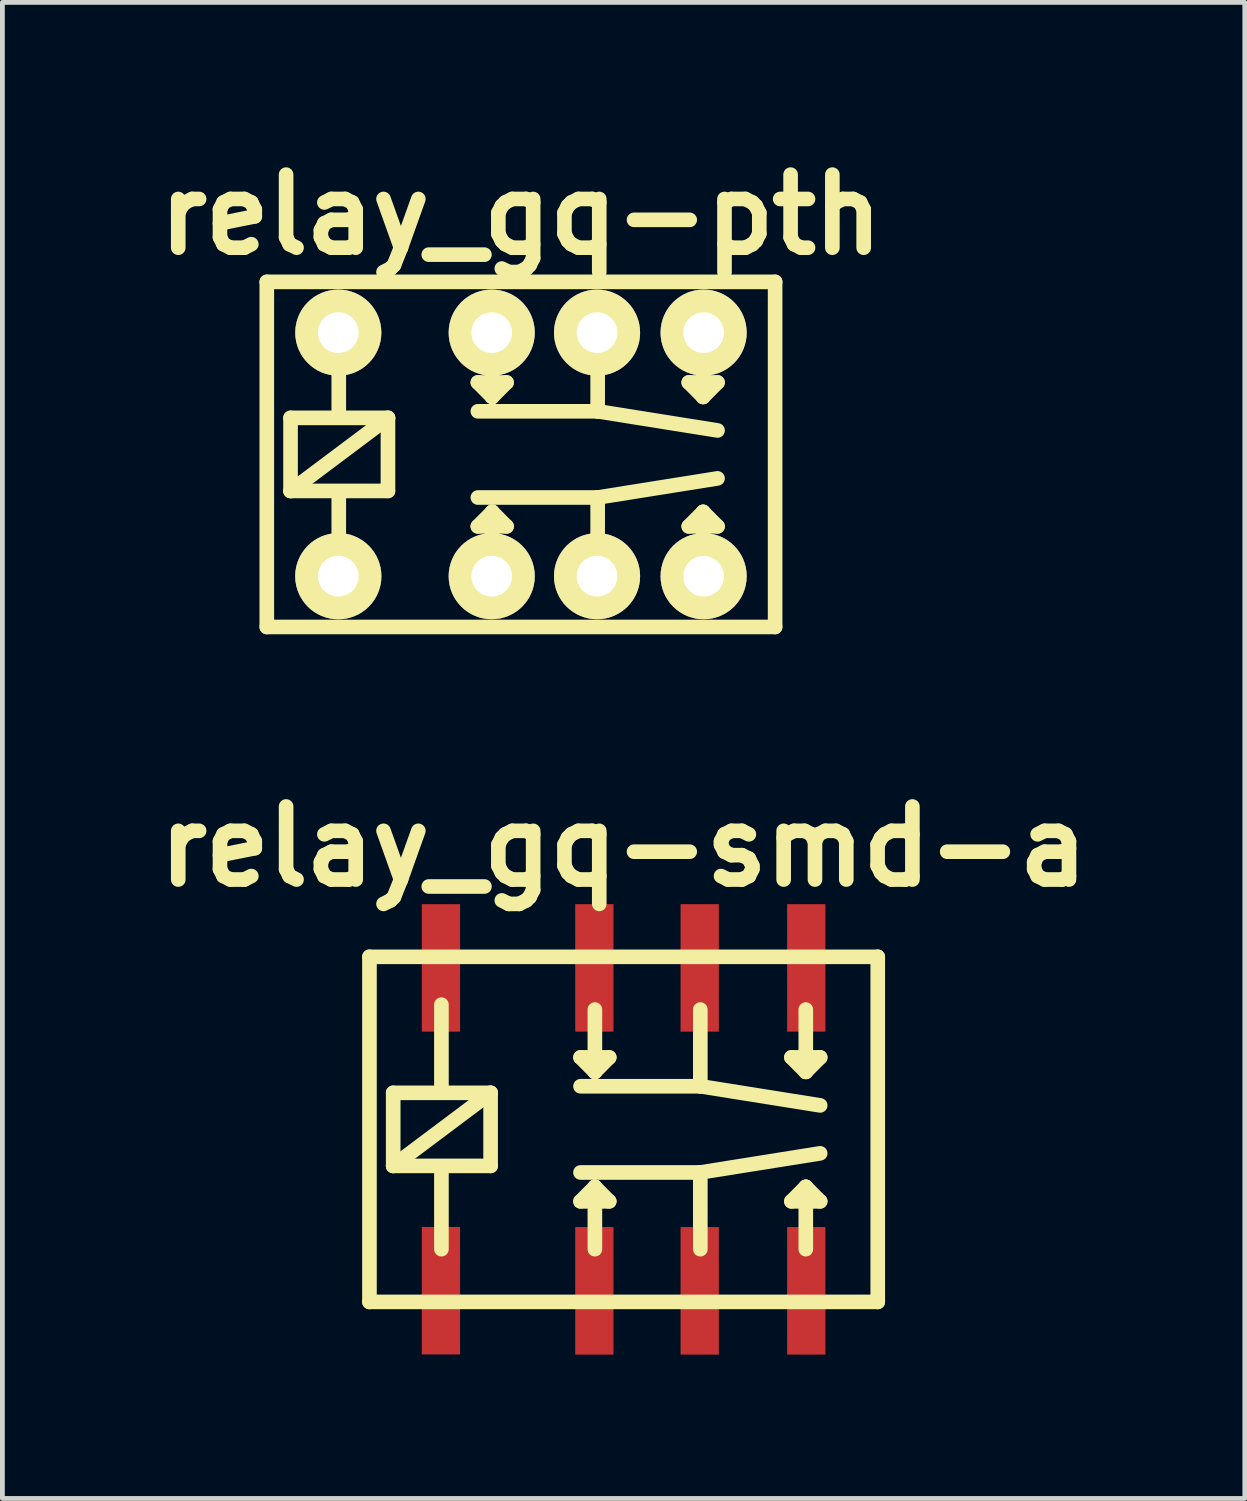
<source format=kicad_pcb>
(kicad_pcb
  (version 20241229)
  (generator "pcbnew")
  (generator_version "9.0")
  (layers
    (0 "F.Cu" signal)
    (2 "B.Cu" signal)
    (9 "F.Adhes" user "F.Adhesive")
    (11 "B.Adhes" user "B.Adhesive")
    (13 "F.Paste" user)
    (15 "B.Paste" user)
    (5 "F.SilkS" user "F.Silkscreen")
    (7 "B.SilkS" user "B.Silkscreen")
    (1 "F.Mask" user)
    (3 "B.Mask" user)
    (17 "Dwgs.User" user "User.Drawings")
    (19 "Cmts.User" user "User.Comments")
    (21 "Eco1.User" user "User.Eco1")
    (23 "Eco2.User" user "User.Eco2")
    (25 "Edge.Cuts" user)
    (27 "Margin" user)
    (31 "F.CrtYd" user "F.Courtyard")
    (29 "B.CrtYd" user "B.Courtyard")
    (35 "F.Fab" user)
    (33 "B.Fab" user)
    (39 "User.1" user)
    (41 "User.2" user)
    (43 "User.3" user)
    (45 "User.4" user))
  (footprint "relay_gq-smd-a"
    (layer "F.Cu")
    (at 9.957 20.506)
    (property "Reference" "relay_gq-smd-a" (at 0 -5.9 0) (layer "F.SilkS") (effects (font (size 1.524 1.524) (thickness 0.305))))
    (attr through_hole)
    (fp_line (start -5.301 -3.599) (end 5.301 -3.599) (stroke (width 0.305) (type solid)) (layer "F.SilkS"))
    (fp_line (start -5.301 3.599) (end -5.301 -3.599) (stroke (width 0.305) (type solid)) (layer "F.SilkS"))
    (fp_line (start -4.806 -0.762) (end -2.774 -0.762) (stroke (width 0.305) (type solid)) (layer "F.SilkS"))
    (fp_line (start -4.806 0.762) (end -4.806 -0.762) (stroke (width 0.305) (type solid)) (layer "F.SilkS"))
    (fp_line (start -4.806 0.762) (end -2.774 -0.762) (stroke (width 0.305) (type solid)) (layer "F.SilkS"))
    (fp_line (start -3.8 -2.601) (end -3.8 -0.8) (stroke (width 0.305) (type solid)) (layer "F.SilkS"))
    (fp_line (start -3.8 2.499) (end -3.8 0.8) (stroke (width 0.305) (type solid)) (layer "F.SilkS"))
    (fp_line (start -2.774 -0.762) (end -2.774 0.762) (stroke (width 0.305) (type solid)) (layer "F.SilkS"))
    (fp_line (start -2.774 0.762) (end -4.806 0.762) (stroke (width 0.305) (type solid)) (layer "F.SilkS"))
    (fp_line (start -0.899 0.899) (end 1.6 0.899) (stroke (width 0.305) (type solid)) (layer "F.SilkS"))
    (fp_line (start -0.899 1.501) (end -0.3 1.501) (stroke (width 0.305) (type solid)) (layer "F.SilkS"))
    (fp_line (start -0.599 -2.499) (end -0.599 -1.199) (stroke (width 0.305) (type solid)) (layer "F.SilkS"))
    (fp_line (start -0.599 -1.199) (end -0.899 -1.501) (stroke (width 0.305) (type solid)) (layer "F.SilkS"))
    (fp_line (start -0.599 -1.199) (end -0.3 -1.501) (stroke (width 0.305) (type solid)) (layer "F.SilkS"))
    (fp_line (start -0.599 1.199) (end -0.899 1.501) (stroke (width 0.305) (type solid)) (layer "F.SilkS"))
    (fp_line (start -0.599 2.499) (end -0.599 1.199) (stroke (width 0.305) (type solid)) (layer "F.SilkS"))
    (fp_line (start -0.3 -1.501) (end -0.899 -1.501) (stroke (width 0.305) (type solid)) (layer "F.SilkS"))
    (fp_line (start -0.3 1.501) (end -0.599 1.199) (stroke (width 0.305) (type solid)) (layer "F.SilkS"))
    (fp_line (start 1.6 -2.499) (end 1.6 -0.899) (stroke (width 0.305) (type solid)) (layer "F.SilkS"))
    (fp_line (start 1.6 -0.899) (end -0.899 -0.899) (stroke (width 0.305) (type solid)) (layer "F.SilkS"))
    (fp_line (start 1.6 -0.899) (end 4.1 -0.5) (stroke (width 0.305) (type solid)) (layer "F.SilkS"))
    (fp_line (start 1.6 0.899) (end 1.6 2.499) (stroke (width 0.305) (type solid)) (layer "F.SilkS"))
    (fp_line (start 1.6 0.899) (end 4.1 0.5) (stroke (width 0.305) (type solid)) (layer "F.SilkS"))
    (fp_line (start 3.5 1.501) (end 4.1 1.501) (stroke (width 0.305) (type solid)) (layer "F.SilkS"))
    (fp_line (start 3.8 -2.499) (end 3.8 -1.199) (stroke (width 0.305) (type solid)) (layer "F.SilkS"))
    (fp_line (start 3.8 -1.199) (end 3.5 -1.501) (stroke (width 0.305) (type solid)) (layer "F.SilkS"))
    (fp_line (start 3.8 -1.199) (end 4.1 -1.501) (stroke (width 0.305) (type solid)) (layer "F.SilkS"))
    (fp_line (start 3.8 1.199) (end 3.5 1.501) (stroke (width 0.305) (type solid)) (layer "F.SilkS"))
    (fp_line (start 3.8 2.499) (end 3.8 1.199) (stroke (width 0.305) (type solid)) (layer "F.SilkS"))
    (fp_line (start 4.1 -1.501) (end 3.5 -1.501) (stroke (width 0.305) (type solid)) (layer "F.SilkS"))
    (fp_line (start 4.1 1.501) (end 3.8 1.199) (stroke (width 0.305) (type solid)) (layer "F.SilkS"))
    (fp_line (start 5.301 -3.599) (end 5.301 3.599) (stroke (width 0.305) (type solid)) (layer "F.SilkS"))
    (fp_line (start 5.301 3.599) (end -5.301 3.599) (stroke (width 0.305) (type solid)) (layer "F.SilkS"))
    (pad "1" smd rect (at -3.81 3.365) (size 0.798 2.659) (layers "F.Cu" "F.Mask" "F.Paste"))
    (pad "2" smd rect (at -0.61 3.368) (size 0.798 2.659) (layers "F.Cu" "F.Mask" "F.Paste"))
    (pad "3" smd rect (at 1.587 3.368) (size 0.798 2.659) (layers "F.Cu" "F.Mask" "F.Paste"))
    (pad "4" smd rect (at 3.81 3.368) (size 0.798 2.659) (layers "F.Cu" "F.Mask" "F.Paste"))
    (pad "5" smd rect (at 3.81 -3.368) (size 0.798 2.659) (layers "F.Cu" "F.Mask" "F.Paste"))
    (pad "6" smd rect (at 1.587 -3.368) (size 0.798 2.659) (layers "F.Cu" "F.Mask" "F.Paste"))
    (pad "7" smd rect (at -0.61 -3.368) (size 0.798 2.659) (layers "F.Cu" "F.Mask" "F.Paste"))
    (pad "8" smd rect (at -3.81 -3.368) (size 0.798 2.659) (layers "F.Cu" "F.Mask" "F.Paste")))
  (footprint "relay_gq-pth"
    (layer "F.Cu")
    (at 7.816 6.428)
    (property "Reference" "relay_gq-pth" (at 0 -5.001 0) (layer "F.SilkS") (effects (font (size 1.524 1.524) (thickness 0.305))))
    (attr through_hole)
    (fp_line (start -5.301 -3.599) (end 5.301 -3.599) (stroke (width 0.305) (type solid)) (layer "F.SilkS"))
    (fp_line (start -5.301 3.599) (end -5.301 -3.599) (stroke (width 0.305) (type solid)) (layer "F.SilkS"))
    (fp_line (start -4.806 -0.762) (end -2.774 -0.762) (stroke (width 0.305) (type solid)) (layer "F.SilkS"))
    (fp_line (start -4.806 0.762) (end -4.806 -0.762) (stroke (width 0.305) (type solid)) (layer "F.SilkS"))
    (fp_line (start -4.806 0.762) (end -2.774 -0.762) (stroke (width 0.305) (type solid)) (layer "F.SilkS"))
    (fp_line (start -3.8 -2.601) (end -3.8 -0.8) (stroke (width 0.305) (type solid)) (layer "F.SilkS"))
    (fp_line (start -3.8 2.499) (end -3.8 0.8) (stroke (width 0.305) (type solid)) (layer "F.SilkS"))
    (fp_line (start -2.774 -0.762) (end -2.774 0.762) (stroke (width 0.305) (type solid)) (layer "F.SilkS"))
    (fp_line (start -2.774 0.762) (end -4.806 0.762) (stroke (width 0.305) (type solid)) (layer "F.SilkS"))
    (fp_line (start -0.899 0.899) (end 1.6 0.899) (stroke (width 0.305) (type solid)) (layer "F.SilkS"))
    (fp_line (start -0.899 1.501) (end -0.3 1.501) (stroke (width 0.305) (type solid)) (layer "F.SilkS"))
    (fp_line (start -0.599 -2.499) (end -0.599 -1.199) (stroke (width 0.305) (type solid)) (layer "F.SilkS"))
    (fp_line (start -0.599 -1.199) (end -0.899 -1.501) (stroke (width 0.305) (type solid)) (layer "F.SilkS"))
    (fp_line (start -0.599 -1.199) (end -0.3 -1.501) (stroke (width 0.305) (type solid)) (layer "F.SilkS"))
    (fp_line (start -0.599 1.199) (end -0.899 1.501) (stroke (width 0.305) (type solid)) (layer "F.SilkS"))
    (fp_line (start -0.599 2.499) (end -0.599 1.199) (stroke (width 0.305) (type solid)) (layer "F.SilkS"))
    (fp_line (start -0.3 -1.501) (end -0.899 -1.501) (stroke (width 0.305) (type solid)) (layer "F.SilkS"))
    (fp_line (start -0.3 1.501) (end -0.599 1.199) (stroke (width 0.305) (type solid)) (layer "F.SilkS"))
    (fp_line (start 1.6 -2.499) (end 1.6 -0.899) (stroke (width 0.305) (type solid)) (layer "F.SilkS"))
    (fp_line (start 1.6 -0.899) (end -0.899 -0.899) (stroke (width 0.305) (type solid)) (layer "F.SilkS"))
    (fp_line (start 1.6 -0.899) (end 4.1 -0.5) (stroke (width 0.305) (type solid)) (layer "F.SilkS"))
    (fp_line (start 1.6 0.899) (end 1.6 2.499) (stroke (width 0.305) (type solid)) (layer "F.SilkS"))
    (fp_line (start 1.6 0.899) (end 4.1 0.5) (stroke (width 0.305) (type solid)) (layer "F.SilkS"))
    (fp_line (start 3.5 1.501) (end 4.1 1.501) (stroke (width 0.305) (type solid)) (layer "F.SilkS"))
    (fp_line (start 3.8 -2.499) (end 3.8 -1.199) (stroke (width 0.305) (type solid)) (layer "F.SilkS"))
    (fp_line (start 3.8 -1.199) (end 3.5 -1.501) (stroke (width 0.305) (type solid)) (layer "F.SilkS"))
    (fp_line (start 3.8 -1.199) (end 4.1 -1.501) (stroke (width 0.305) (type solid)) (layer "F.SilkS"))
    (fp_line (start 3.8 1.199) (end 3.5 1.501) (stroke (width 0.305) (type solid)) (layer "F.SilkS"))
    (fp_line (start 3.8 2.499) (end 3.8 1.199) (stroke (width 0.305) (type solid)) (layer "F.SilkS"))
    (fp_line (start 4.1 -1.501) (end 3.5 -1.501) (stroke (width 0.305) (type solid)) (layer "F.SilkS"))
    (fp_line (start 4.1 1.501) (end 3.8 1.199) (stroke (width 0.305) (type solid)) (layer "F.SilkS"))
    (fp_line (start 5.301 -3.599) (end 5.301 3.599) (stroke (width 0.305) (type solid)) (layer "F.SilkS"))
    (fp_line (start 5.301 3.599) (end -5.301 3.599) (stroke (width 0.305) (type solid)) (layer "F.SilkS"))
    (pad "1" thru_hole circle (at -3.81 2.54) (size 1.798 1.798) (drill 0.848) (layers "*.Cu" "*.Mask" "F.SilkS"))
    (pad "2" thru_hole circle (at -0.61 2.54) (size 1.796 1.796) (drill 0.848) (layers "*.Cu" "*.Mask" "F.SilkS"))
    (pad "3" thru_hole circle (at 1.587 2.54) (size 1.796 1.796) (drill 0.848) (layers "*.Cu" "*.Mask" "F.SilkS"))
    (pad "4" thru_hole circle (at 3.81 2.54) (size 1.796 1.796) (drill 0.848) (layers "*.Cu" "*.Mask" "F.SilkS"))
    (pad "5" thru_hole circle (at 3.81 -2.54) (size 1.796 1.796) (drill 0.848) (layers "*.Cu" "*.Mask" "F.SilkS"))
    (pad "6" thru_hole circle (at 1.587 -2.54) (size 1.796 1.796) (drill 0.848) (layers "*.Cu" "*.Mask" "F.SilkS"))
    (pad "7" thru_hole circle (at -0.61 -2.54) (size 1.796 1.796) (drill 0.848) (layers "*.Cu" "*.Mask" "F.SilkS"))
    (pad "8" thru_hole circle (at -3.81 -2.54) (size 1.796 1.796) (drill 0.848) (layers "*.Cu" "*.Mask" "F.SilkS")))
  (gr_rect
    (start -3 -3)
    (end 22.914 28.204)
    (stroke (width 0.1) (type default))
    (fill no)
    (layer "Edge.Cuts")))
</source>
